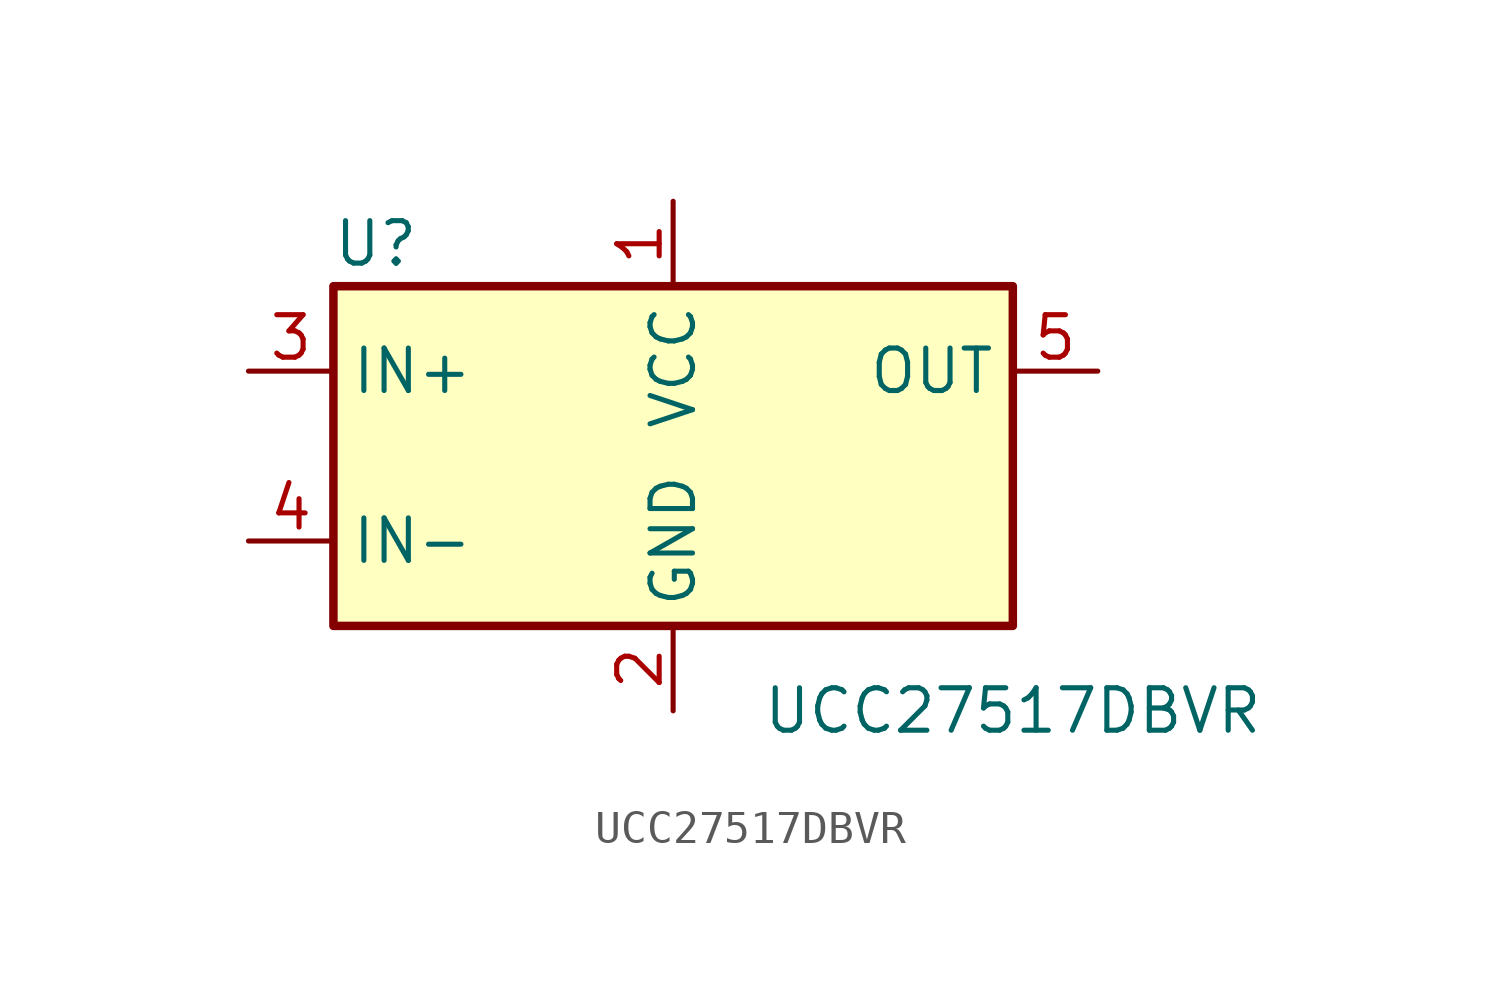
<source format=kicad_sym>
(kicad_symbol_lib
  (version 20211014)
  (generator kicad_symbol_editor)
  (symbol "UCC27517DBVR"
    (property "Reference" "U"
      (at -8.89 6.35 0)
      (effects (font (size 1.27 1.27))))
    (property "Value" "UCC27517DBVR"
      (at 10.16 -7.62 0)
      (effects (font (size 1.27 1.27))))
    (symbol "UCC27517DBVR_0_1"
      (rectangle (start -10.16 5.08) (end 10.16 -5.08) (stroke (width 0.254) (type default) (color 0 0 0 0)) (fill (type background))))
    (symbol "UCC27517DBVR_1_1"
      (pin power_in line (at 0 7.62 270) (length 2.54) (name "VCC" (effects (font (size 1.27 1.27)))) (number "1" (effects (font (size 1.27 1.27)))))
      (pin power_in line (at 0 -7.62 90) (length 2.54) (name "GND" (effects (font (size 1.27 1.27)))) (number "2" (effects (font (size 1.27 1.27)))))
      (pin input line (at -12.7 2.54 0) (length 2.54) (name "IN+" (effects (font (size 1.27 1.27)))) (number "3" (effects (font (size 1.27 1.27)))))
      (pin input line (at -12.7 -2.54 0) (length 2.54) (name "IN-" (effects (font (size 1.27 1.27)))) (number "4" (effects (font (size 1.27 1.27)))))
      (pin output line (at 12.7 2.54 180) (length 2.54) (name "OUT" (effects (font (size 1.27 1.27)))) (number "5" (effects (font (size 1.27 1.27))))))))
</source>
